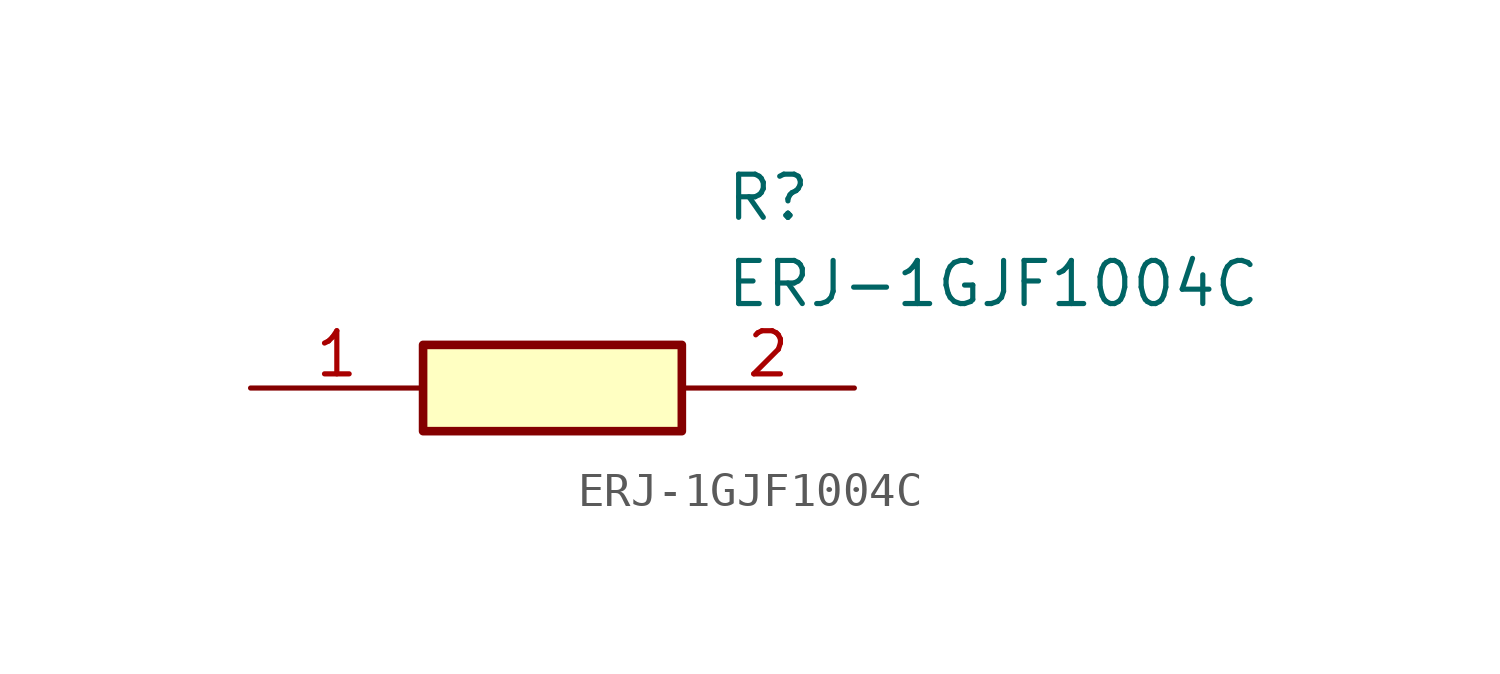
<source format=kicad_sym>
(kicad_symbol_lib
  (version 20211014)
  (generator SamacSys_ECAD_Model)
  (symbol "ERJ-1GJF1004C"
    (pin_names hide)
    (property "Reference" "R"
      (at 13.97 6.35 0)
      (effects (font (size 1.27 1.27)) (justify left top)))
    (property "Value" "ERJ-1GJF1004C"
      (at 13.97 3.81 0)
      (effects (font (size 1.27 1.27)) (justify left top)))
    (rectangle
      (start 5.08 1.27)
      (end 12.7 -1.27)
      (stroke (width 0.254) (type default))
      (fill (type background)))
    (pin passive line
      (at 0 0 0)
      (length 5.08)
      (name "1" (effects (font (size 1.27 1.27))))
      (number "1" (effects (font (size 1.27 1.27)))))
    (pin passive line
      (at 17.78 0 180)
      (length 5.08)
      (name "2" (effects (font (size 1.27 1.27))))
      (number "2" (effects (font (size 1.27 1.27)))))))
</source>
